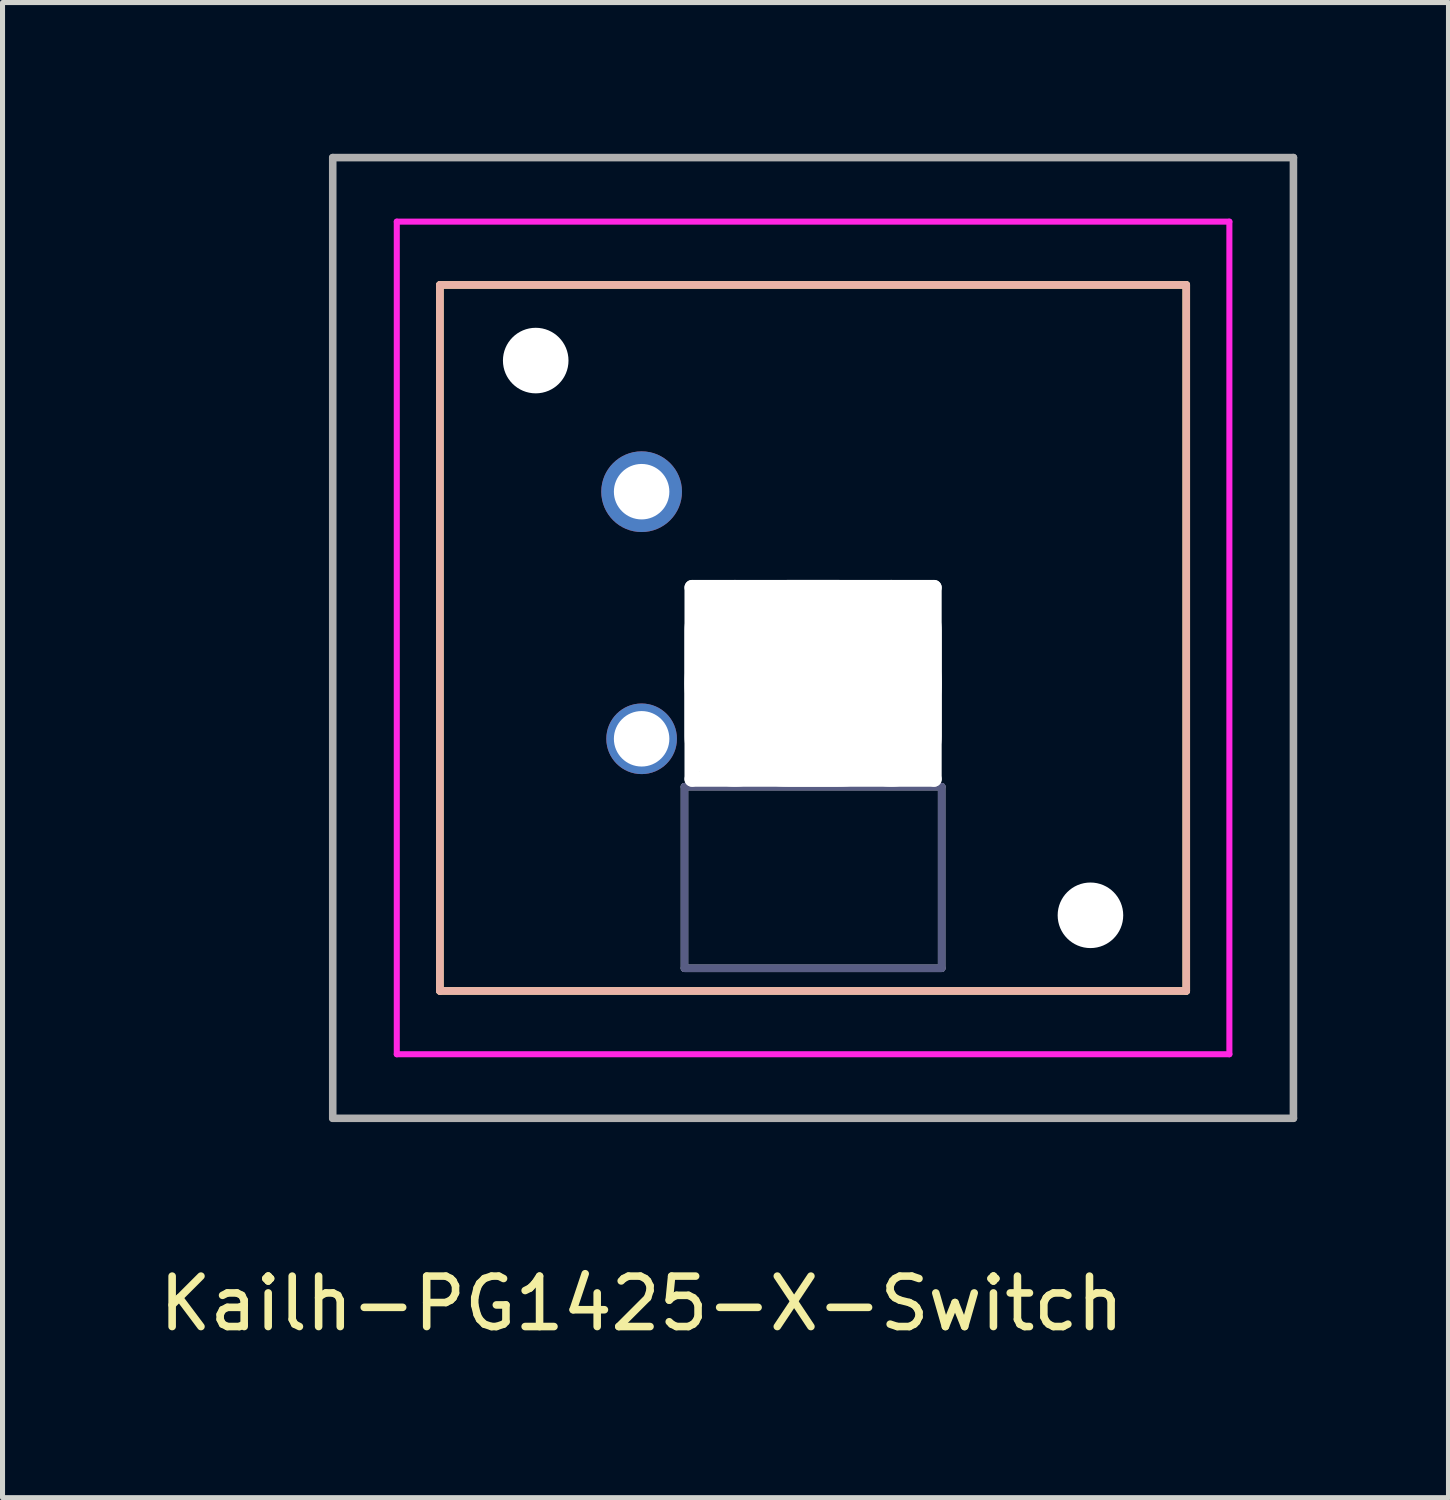
<source format=kicad_pcb>
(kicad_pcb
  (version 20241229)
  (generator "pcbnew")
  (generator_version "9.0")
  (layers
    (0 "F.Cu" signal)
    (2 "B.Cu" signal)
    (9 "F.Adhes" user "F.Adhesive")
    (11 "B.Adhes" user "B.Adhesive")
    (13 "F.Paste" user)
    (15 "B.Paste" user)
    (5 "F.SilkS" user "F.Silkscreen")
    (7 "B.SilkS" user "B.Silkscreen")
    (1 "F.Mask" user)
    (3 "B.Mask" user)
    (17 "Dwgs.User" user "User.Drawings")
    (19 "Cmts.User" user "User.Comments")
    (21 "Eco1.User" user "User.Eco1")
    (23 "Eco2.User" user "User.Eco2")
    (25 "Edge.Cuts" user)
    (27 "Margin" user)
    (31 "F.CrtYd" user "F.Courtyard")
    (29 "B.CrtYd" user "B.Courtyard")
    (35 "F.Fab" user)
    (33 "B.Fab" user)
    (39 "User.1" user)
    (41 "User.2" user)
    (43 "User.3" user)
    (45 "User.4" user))
  (footprint "Kailh-PG1425-X-Switch"
    (layer "F.Cu")
    (at 13.073 9.6)
    (property "Reference" "Kailh-PG1425-X-Switch" (at -3.4 13.2 0) (layer "F.SilkS") (effects (font (size 1 1) (thickness 0.15))))
    (attr through_hole)
    (fp_line (start -7.4 -7) (end 7.4 -7) (stroke (width 0.15) (type solid)) (layer "F.SilkS"))
    (fp_line (start -7.4 7) (end -7.4 -7) (stroke (width 0.15) (type solid)) (layer "F.SilkS"))
    (fp_line (start 7.4 -7) (end 7.4 7) (stroke (width 0.15) (type solid)) (layer "F.SilkS"))
    (fp_line (start 7.4 7) (end -7.4 7) (stroke (width 0.15) (type solid)) (layer "F.SilkS"))
    (fp_line (start -7.4 -7) (end -7.4 7) (stroke (width 0.15) (type solid)) (layer "B.SilkS"))
    (fp_line (start -7.4 7) (end 7.4 7) (stroke (width 0.15) (type solid)) (layer "B.SilkS"))
    (fp_line (start 7.4 -7) (end -7.4 -7) (stroke (width 0.15) (type solid)) (layer "B.SilkS"))
    (fp_line (start 7.4 7) (end 7.4 -7) (stroke (width 0.15) (type solid)) (layer "B.SilkS"))
    (fp_line (start -8.255 -8.255) (end 8.255 -8.255) (stroke (width 0.12) (type solid)) (layer "F.CrtYd"))
    (fp_line (start -8.255 8.255) (end -8.255 -8.255) (stroke (width 0.12) (type solid)) (layer "F.CrtYd"))
    (fp_line (start 8.255 -8.255) (end 8.255 8.255) (stroke (width 0.12) (type solid)) (layer "F.CrtYd"))
    (fp_line (start 8.255 8.255) (end -8.255 8.255) (stroke (width 0.12) (type solid)) (layer "F.CrtYd"))
    (fp_line (start -2.55 2.95) (end 2.55 2.95) (stroke (width 0.15) (type solid)) (layer "B.Fab"))
    (fp_line (start -2.55 6.55) (end -2.55 2.95) (stroke (width 0.15) (type solid)) (layer "B.Fab"))
    (fp_line (start 2.55 2.95) (end 2.55 6.55) (stroke (width 0.15) (type solid)) (layer "B.Fab"))
    (fp_line (start 2.55 6.55) (end -2.55 6.55) (stroke (width 0.15) (type solid)) (layer "B.Fab"))
    (fp_line (start -9.525 -9.525) (end 9.525 -9.525) (stroke (width 0.15) (type solid)) (layer "F.Fab"))
    (fp_line (start -9.525 9.525) (end -9.525 -9.525) (stroke (width 0.15) (type solid)) (layer "F.Fab"))
    (fp_line (start -2.55 2.95) (end -2.55 6.55) (stroke (width 0.15) (type solid)) (layer "F.Fab"))
    (fp_line (start -2.55 6.55) (end 2.55 6.55) (stroke (width 0.15) (type solid)) (layer "F.Fab"))
    (fp_line (start 2.55 2.95) (end -2.55 2.95) (stroke (width 0.15) (type solid)) (layer "F.Fab"))
    (fp_line (start 2.55 6.55) (end 2.55 2.95) (stroke (width 0.15) (type solid)) (layer "F.Fab"))
    (fp_line (start 9.525 -9.525) (end 9.525 9.525) (stroke (width 0.15) (type solid)) (layer "F.Fab"))
    (fp_line (start 9.525 9.525) (end -9.525 9.525) (stroke (width 0.15) (type solid)) (layer "F.Fab"))
    (pad "" np_thru_hole circle (at -5.5 -5.5 180) (size 1.3 1.3) (drill 1.3) (layers "*.Cu" "*.Mask"))
    (pad "" np_thru_hole oval (at -2.4 0.9) (size 0.3 4.1) (drill oval 0.3 4.1) (layers "*.Cu" "*.Mask"))
    (pad "" np_thru_hole oval (at -1.55 0.9) (size 2 4.1) (drill oval 2 4.1) (layers "*.Cu" "*.Mask"))
    (pad "" np_thru_hole oval (at 0 -1) (size 5.1 0.3) (drill oval 5.1 0.3) (layers "*.Cu" "*.Mask"))
    (pad "" np_thru_hole oval (at 0 0.9) (size 5.1 4.1) (drill oval 5.1 4.1) (layers "*.Cu" "*.Mask"))
    (pad "" np_thru_hole oval (at 0 2.8) (size 5.1 0.3) (drill oval 5.1 0.3) (layers "*.Cu" "*.Mask"))
    (pad "" np_thru_hole oval (at 1.55 0.9) (size 2 4.1) (drill oval 2 4.1) (layers "*.Cu" "*.Mask"))
    (pad "" np_thru_hole oval (at 2.4 0.9) (size 0.3 4.1) (drill oval 0.3 4.1) (layers "*.Cu" "*.Mask"))
    (pad "" np_thru_hole circle (at 5.5 5.5 180) (size 1.3 1.3) (drill 1.3) (layers "*.Cu" "*.Mask"))
    (pad "1" thru_hole circle (at -3.4 -2.9 180) (size 1.6 1.6) (drill 1.1) (layers "*.Cu" "*.Mask"))
    (pad "2" thru_hole circle (at -3.4 2 180) (size 1.4 1.4) (drill 1.1) (layers "*.Cu" "*.Mask")))
  (gr_rect
    (start -3 -3)
    (end 25.673 26.648)
    (stroke (width 0.1) (type default))
    (fill no)
    (layer "Edge.Cuts")))
</source>
